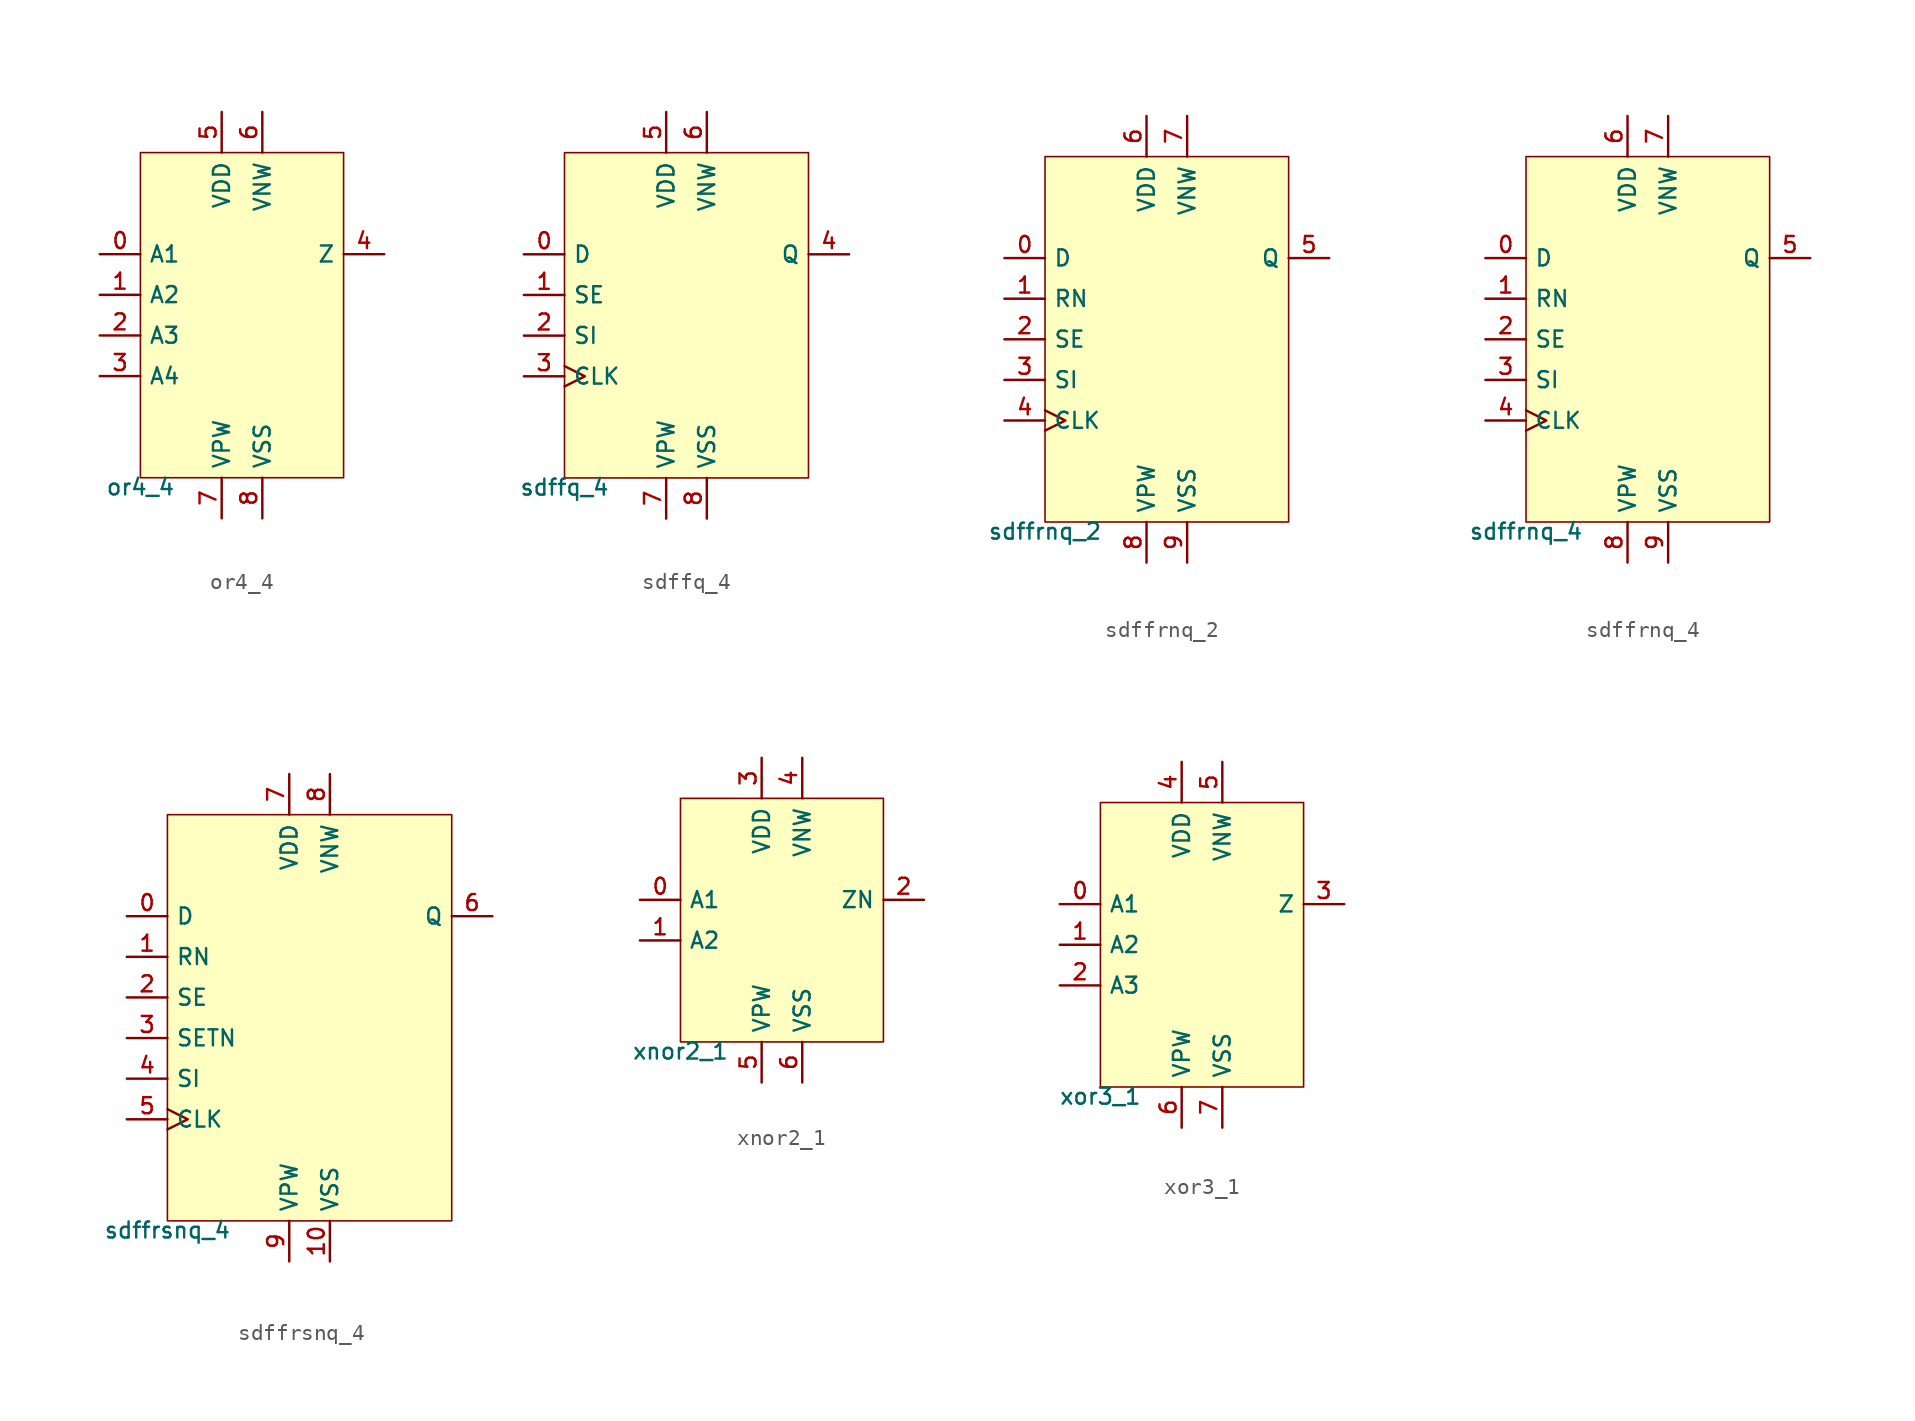
<source format=kicad_sym>
(kicad_symbol_lib
  (version 20211014)
  (generator pdk2kicad)
  (symbol "or4_4"
    (property "Reference" "X"
      (at 0 0 0)
      (effects (font (size 1 1)) hide))
    (property "Value" "or4_4"
      (at -6.35 -10.16 0)
      (effects (font (size 1 1)) (justify top)))
    (rectangle
      (start -6.35 -10.16)
      (end 6.35 10.16)
      (stroke (width 0.1) (type solid) (color 0 0 0 0))
      (fill (type background)))
    (pin input line
      (at -8.89 3.81 0)
      (length 2.54)
      (name "A1" (effects (font (size 1 1)) hide))
      (number "0" (effects (font (size 1 1)) hide)))
    (pin input line
      (at -8.89 1.27 0)
      (length 2.54)
      (name "A2" (effects (font (size 1 1)) hide))
      (number "1" (effects (font (size 1 1)) hide)))
    (pin input line
      (at -8.89 -1.27 0)
      (length 2.54)
      (name "A3" (effects (font (size 1 1)) hide))
      (number "2" (effects (font (size 1 1)) hide)))
    (pin input line
      (at -8.89 -3.81 0)
      (length 2.54)
      (name "A4" (effects (font (size 1 1)) hide))
      (number "3" (effects (font (size 1 1)) hide)))
    (pin output line
      (at 8.89 3.81 180)
      (length 2.54)
      (name "Z" (effects (font (size 1 1)) hide))
      (number "4" (effects (font (size 1 1)) hide)))
    (pin power_in line
      (at -1.27 12.7 270)
      (length 2.54)
      (name "VDD" (effects (font (size 1 1)) hide))
      (number "5" (effects (font (size 1 1)) hide)))
    (pin power_in line
      (at 1.27 12.7 270)
      (length 2.54)
      (name "VNW" (effects (font (size 1 1)) hide))
      (number "6" (effects (font (size 1 1)) hide)))
    (pin power_in line
      (at -1.27 -12.7 90)
      (length 2.54)
      (name "VPW" (effects (font (size 1 1)) hide))
      (number "7" (effects (font (size 1 1)) hide)))
    (pin power_in line
      (at 1.27 -12.7 90)
      (length 2.54)
      (name "VSS" (effects (font (size 1 1)) hide))
      (number "8" (effects (font (size 1 1)) hide))))
  (symbol "sdffq_4"
    (property "Reference" "X"
      (at 0 0 0)
      (effects (font (size 1 1)) hide))
    (property "Value" "sdffq_4"
      (at -7.62 -10.16 0)
      (effects (font (size 1 1)) (justify top)))
    (rectangle
      (start -7.62 -10.16)
      (end 7.62 10.16)
      (stroke (width 0.1) (type solid) (color 0 0 0 0))
      (fill (type background)))
    (pin input line
      (at -10.16 3.81 0)
      (length 2.54)
      (name "D" (effects (font (size 1 1)) hide))
      (number "0" (effects (font (size 1 1)) hide)))
    (pin input line
      (at -10.16 1.27 0)
      (length 2.54)
      (name "SE" (effects (font (size 1 1)) hide))
      (number "1" (effects (font (size 1 1)) hide)))
    (pin input line
      (at -10.16 -1.27 0)
      (length 2.54)
      (name "SI" (effects (font (size 1 1)) hide))
      (number "2" (effects (font (size 1 1)) hide)))
    (pin input clock
      (at -10.16 -3.81 0)
      (length 2.54)
      (name "CLK" (effects (font (size 1 1)) hide))
      (number "3" (effects (font (size 1 1)) hide)))
    (pin output line
      (at 10.16 3.81 180)
      (length 2.54)
      (name "Q" (effects (font (size 1 1)) hide))
      (number "4" (effects (font (size 1 1)) hide)))
    (pin power_in line
      (at -1.27 12.7 270)
      (length 2.54)
      (name "VDD" (effects (font (size 1 1)) hide))
      (number "5" (effects (font (size 1 1)) hide)))
    (pin power_in line
      (at 1.27 12.7 270)
      (length 2.54)
      (name "VNW" (effects (font (size 1 1)) hide))
      (number "6" (effects (font (size 1 1)) hide)))
    (pin power_in line
      (at -1.27 -12.7 90)
      (length 2.54)
      (name "VPW" (effects (font (size 1 1)) hide))
      (number "7" (effects (font (size 1 1)) hide)))
    (pin power_in line
      (at 1.27 -12.7 90)
      (length 2.54)
      (name "VSS" (effects (font (size 1 1)) hide))
      (number "8" (effects (font (size 1 1)) hide))))
  (symbol "sdffrnq_2"
    (property "Reference" "X"
      (at 0 0 0)
      (effects (font (size 1 1)) hide))
    (property "Value" "sdffrnq_2"
      (at -7.62 -11.43 0)
      (effects (font (size 1 1)) (justify top)))
    (rectangle
      (start -7.62 -11.43)
      (end 7.62 11.43)
      (stroke (width 0.1) (type solid) (color 0 0 0 0))
      (fill (type background)))
    (pin input line
      (at -10.16 5.08 0)
      (length 2.54)
      (name "D" (effects (font (size 1 1)) hide))
      (number "0" (effects (font (size 1 1)) hide)))
    (pin input line
      (at -10.16 2.54 0)
      (length 2.54)
      (name "RN" (effects (font (size 1 1)) hide))
      (number "1" (effects (font (size 1 1)) hide)))
    (pin input line
      (at -10.16 -4.440892098500626e-16 0)
      (length 2.54)
      (name "SE" (effects (font (size 1 1)) hide))
      (number "2" (effects (font (size 1 1)) hide)))
    (pin input line
      (at -10.16 -2.54 0)
      (length 2.54)
      (name "SI" (effects (font (size 1 1)) hide))
      (number "3" (effects (font (size 1 1)) hide)))
    (pin input clock
      (at -10.16 -5.08 0)
      (length 2.54)
      (name "CLK" (effects (font (size 1 1)) hide))
      (number "4" (effects (font (size 1 1)) hide)))
    (pin output line
      (at 10.16 5.08 180)
      (length 2.54)
      (name "Q" (effects (font (size 1 1)) hide))
      (number "5" (effects (font (size 1 1)) hide)))
    (pin power_in line
      (at -1.27 13.97 270)
      (length 2.54)
      (name "VDD" (effects (font (size 1 1)) hide))
      (number "6" (effects (font (size 1 1)) hide)))
    (pin power_in line
      (at 1.27 13.97 270)
      (length 2.54)
      (name "VNW" (effects (font (size 1 1)) hide))
      (number "7" (effects (font (size 1 1)) hide)))
    (pin power_in line
      (at -1.27 -13.97 90)
      (length 2.54)
      (name "VPW" (effects (font (size 1 1)) hide))
      (number "8" (effects (font (size 1 1)) hide)))
    (pin power_in line
      (at 1.27 -13.97 90)
      (length 2.54)
      (name "VSS" (effects (font (size 1 1)) hide))
      (number "9" (effects (font (size 1 1)) hide))))
  (symbol "sdffrnq_4"
    (property "Reference" "X"
      (at 0 0 0)
      (effects (font (size 1 1)) hide))
    (property "Value" "sdffrnq_4"
      (at -7.62 -11.43 0)
      (effects (font (size 1 1)) (justify top)))
    (rectangle
      (start -7.62 -11.43)
      (end 7.62 11.43)
      (stroke (width 0.1) (type solid) (color 0 0 0 0))
      (fill (type background)))
    (pin input line
      (at -10.16 5.08 0)
      (length 2.54)
      (name "D" (effects (font (size 1 1)) hide))
      (number "0" (effects (font (size 1 1)) hide)))
    (pin input line
      (at -10.16 2.54 0)
      (length 2.54)
      (name "RN" (effects (font (size 1 1)) hide))
      (number "1" (effects (font (size 1 1)) hide)))
    (pin input line
      (at -10.16 -4.440892098500626e-16 0)
      (length 2.54)
      (name "SE" (effects (font (size 1 1)) hide))
      (number "2" (effects (font (size 1 1)) hide)))
    (pin input line
      (at -10.16 -2.54 0)
      (length 2.54)
      (name "SI" (effects (font (size 1 1)) hide))
      (number "3" (effects (font (size 1 1)) hide)))
    (pin input clock
      (at -10.16 -5.08 0)
      (length 2.54)
      (name "CLK" (effects (font (size 1 1)) hide))
      (number "4" (effects (font (size 1 1)) hide)))
    (pin output line
      (at 10.16 5.08 180)
      (length 2.54)
      (name "Q" (effects (font (size 1 1)) hide))
      (number "5" (effects (font (size 1 1)) hide)))
    (pin power_in line
      (at -1.27 13.97 270)
      (length 2.54)
      (name "VDD" (effects (font (size 1 1)) hide))
      (number "6" (effects (font (size 1 1)) hide)))
    (pin power_in line
      (at 1.27 13.97 270)
      (length 2.54)
      (name "VNW" (effects (font (size 1 1)) hide))
      (number "7" (effects (font (size 1 1)) hide)))
    (pin power_in line
      (at -1.27 -13.97 90)
      (length 2.54)
      (name "VPW" (effects (font (size 1 1)) hide))
      (number "8" (effects (font (size 1 1)) hide)))
    (pin power_in line
      (at 1.27 -13.97 90)
      (length 2.54)
      (name "VSS" (effects (font (size 1 1)) hide))
      (number "9" (effects (font (size 1 1)) hide))))
  (symbol "sdffrsnq_4"
    (property "Reference" "X"
      (at 0 0 0)
      (effects (font (size 1 1)) hide))
    (property "Value" "sdffrsnq_4"
      (at -8.89 -12.7 0)
      (effects (font (size 1 1)) (justify top)))
    (rectangle
      (start -8.89 -12.7)
      (end 8.89 12.7)
      (stroke (width 0.1) (type solid) (color 0 0 0 0))
      (fill (type background)))
    (pin input line
      (at -11.43 6.35 0)
      (length 2.54)
      (name "D" (effects (font (size 1 1)) hide))
      (number "0" (effects (font (size 1 1)) hide)))
    (pin input line
      (at -11.43 3.81 0)
      (length 2.54)
      (name "RN" (effects (font (size 1 1)) hide))
      (number "1" (effects (font (size 1 1)) hide)))
    (pin input line
      (at -11.43 1.27 0)
      (length 2.54)
      (name "SE" (effects (font (size 1 1)) hide))
      (number "2" (effects (font (size 1 1)) hide)))
    (pin input line
      (at -11.43 -1.27 0)
      (length 2.54)
      (name "SETN" (effects (font (size 1 1)) hide))
      (number "3" (effects (font (size 1 1)) hide)))
    (pin input line
      (at -11.43 -3.81 0)
      (length 2.54)
      (name "SI" (effects (font (size 1 1)) hide))
      (number "4" (effects (font (size 1 1)) hide)))
    (pin input clock
      (at -11.43 -6.35 0)
      (length 2.54)
      (name "CLK" (effects (font (size 1 1)) hide))
      (number "5" (effects (font (size 1 1)) hide)))
    (pin output line
      (at 11.43 6.35 180)
      (length 2.54)
      (name "Q" (effects (font (size 1 1)) hide))
      (number "6" (effects (font (size 1 1)) hide)))
    (pin power_in line
      (at -1.27 15.24 270)
      (length 2.54)
      (name "VDD" (effects (font (size 1 1)) hide))
      (number "7" (effects (font (size 1 1)) hide)))
    (pin power_in line
      (at 1.27 15.24 270)
      (length 2.54)
      (name "VNW" (effects (font (size 1 1)) hide))
      (number "8" (effects (font (size 1 1)) hide)))
    (pin power_in line
      (at -1.27 -15.24 90)
      (length 2.54)
      (name "VPW" (effects (font (size 1 1)) hide))
      (number "9" (effects (font (size 1 1)) hide)))
    (pin power_in line
      (at 1.27 -15.24 90)
      (length 2.54)
      (name "VSS" (effects (font (size 1 1)) hide))
      (number "10" (effects (font (size 1 1)) hide))))
  (symbol "xnor2_1"
    (property "Reference" "X"
      (at 0 0 0)
      (effects (font (size 1 1)) hide))
    (property "Value" "xnor2_1"
      (at -6.35 -7.62 0)
      (effects (font (size 1 1)) (justify top)))
    (rectangle
      (start -6.35 -7.62)
      (end 6.35 7.62)
      (stroke (width 0.1) (type solid) (color 0 0 0 0))
      (fill (type background)))
    (pin input line
      (at -8.89 1.27 0)
      (length 2.54)
      (name "A1" (effects (font (size 1 1)) hide))
      (number "0" (effects (font (size 1 1)) hide)))
    (pin input line
      (at -8.89 -1.27 0)
      (length 2.54)
      (name "A2" (effects (font (size 1 1)) hide))
      (number "1" (effects (font (size 1 1)) hide)))
    (pin output line
      (at 8.89 1.27 180)
      (length 2.54)
      (name "ZN" (effects (font (size 1 1)) hide))
      (number "2" (effects (font (size 1 1)) hide)))
    (pin power_in line
      (at -1.27 10.16 270)
      (length 2.54)
      (name "VDD" (effects (font (size 1 1)) hide))
      (number "3" (effects (font (size 1 1)) hide)))
    (pin power_in line
      (at 1.27 10.16 270)
      (length 2.54)
      (name "VNW" (effects (font (size 1 1)) hide))
      (number "4" (effects (font (size 1 1)) hide)))
    (pin power_in line
      (at -1.27 -10.16 90)
      (length 2.54)
      (name "VPW" (effects (font (size 1 1)) hide))
      (number "5" (effects (font (size 1 1)) hide)))
    (pin power_in line
      (at 1.27 -10.16 90)
      (length 2.54)
      (name "VSS" (effects (font (size 1 1)) hide))
      (number "6" (effects (font (size 1 1)) hide))))
  (symbol "xor3_1"
    (property "Reference" "X"
      (at 0 0 0)
      (effects (font (size 1 1)) hide))
    (property "Value" "xor3_1"
      (at -6.35 -8.89 0)
      (effects (font (size 1 1)) (justify top)))
    (rectangle
      (start -6.35 -8.89)
      (end 6.35 8.89)
      (stroke (width 0.1) (type solid) (color 0 0 0 0))
      (fill (type background)))
    (pin input line
      (at -8.89 2.54 0)
      (length 2.54)
      (name "A1" (effects (font (size 1 1)) hide))
      (number "0" (effects (font (size 1 1)) hide)))
    (pin input line
      (at -8.89 4.440892098500626e-16 0)
      (length 2.54)
      (name "A2" (effects (font (size 1 1)) hide))
      (number "1" (effects (font (size 1 1)) hide)))
    (pin input line
      (at -8.89 -2.54 0)
      (length 2.54)
      (name "A3" (effects (font (size 1 1)) hide))
      (number "2" (effects (font (size 1 1)) hide)))
    (pin output line
      (at 8.89 2.54 180)
      (length 2.54)
      (name "Z" (effects (font (size 1 1)) hide))
      (number "3" (effects (font (size 1 1)) hide)))
    (pin power_in line
      (at -1.27 11.43 270)
      (length 2.54)
      (name "VDD" (effects (font (size 1 1)) hide))
      (number "4" (effects (font (size 1 1)) hide)))
    (pin power_in line
      (at 1.27 11.43 270)
      (length 2.54)
      (name "VNW" (effects (font (size 1 1)) hide))
      (number "5" (effects (font (size 1 1)) hide)))
    (pin power_in line
      (at -1.27 -11.43 90)
      (length 2.54)
      (name "VPW" (effects (font (size 1 1)) hide))
      (number "6" (effects (font (size 1 1)) hide)))
    (pin power_in line
      (at 1.27 -11.43 90)
      (length 2.54)
      (name "VSS" (effects (font (size 1 1)) hide))
      (number "7" (effects (font (size 1 1)) hide)))))
</source>
